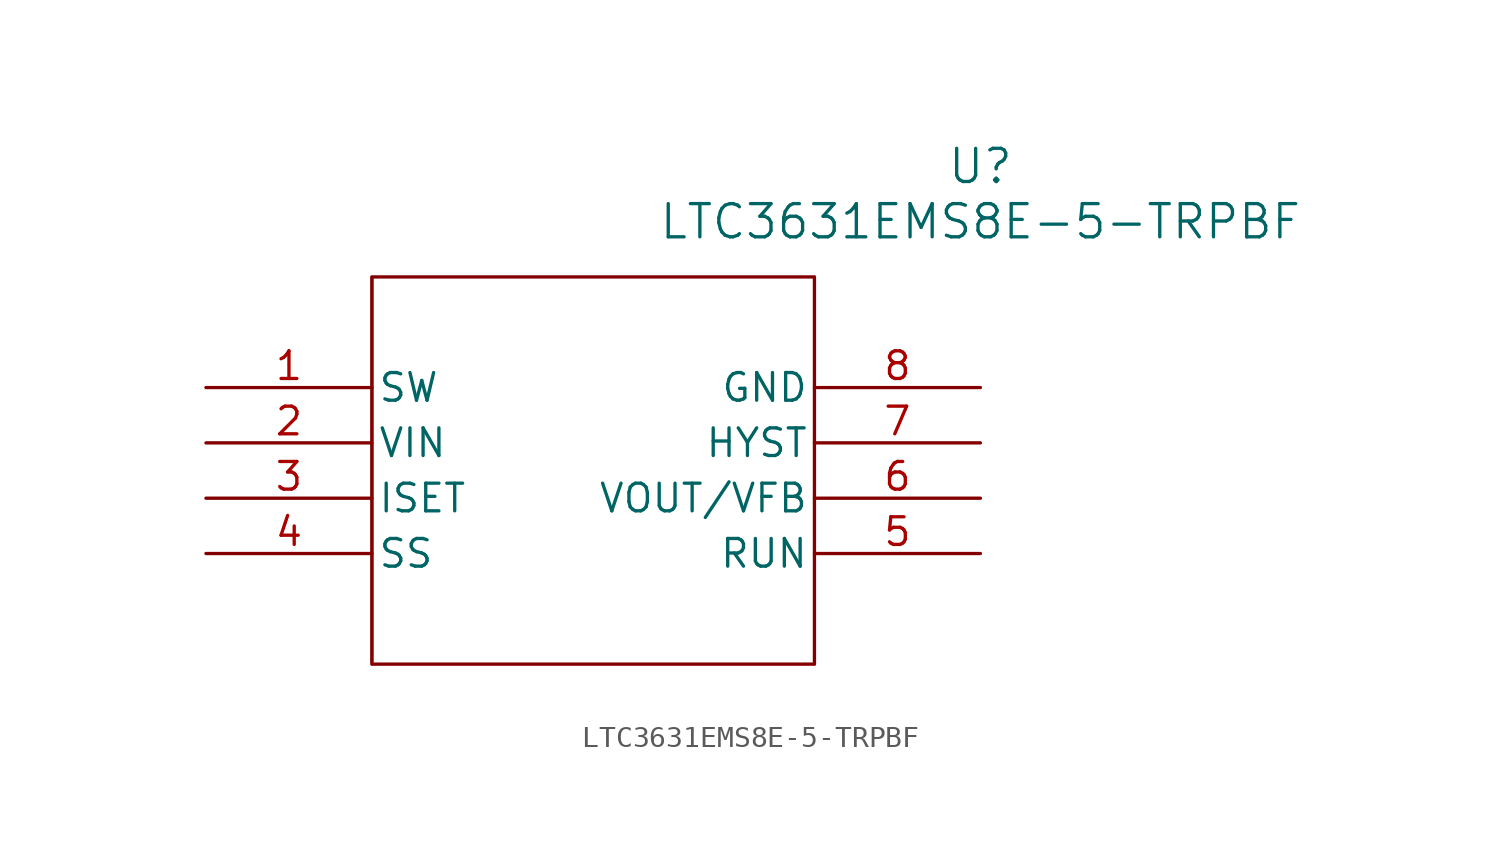
<source format=kicad_sym>
(kicad_symbol_lib
  (version 20231120)
  (generator "kicad_symbol_editor")
  (generator_version "8.0")
  (symbol "LTC3631EMS8E-5-TRPBF"
    (pin_names
      (offset 0.254))
    (property "Reference" "U"
      (at 35.56 10.16 0)
      (effects (font (size 1.524 1.524))))
    (property "Value" "LTC3631EMS8E-5-TRPBF"
      (at 35.56 7.62 0)
      (effects (font (size 1.524 1.524))))
    (property "ki_locked" ""
      (at 0 0 0)
      (effects (font (size 1.27 1.27))))
    (symbol "LTC3631EMS8E-5-TRPBF_0_1"
      (polyline (pts (xy 7.62 5.08) (xy 27.94 5.08) (xy 27.94 -12.7) (xy 7.62 -12.7) (xy 7.62 5.08)) (stroke (width 0) (type default)) (fill (type none))))
    (symbol "LTC3631EMS8E-5-TRPBF_1_1"
      (polyline (pts (xy 7.62 5.08) (xy 7.62 -12.7)) (stroke (width 0.127) (type default)) (fill (type none)))
      (polyline (pts (xy 27.94 -12.7) (xy 27.94 5.08)) (stroke (width 0.127) (type default)) (fill (type none)))
      (pin unspecified line (at 0 0 0) (length 7.62) (name "SW" (effects (font (size 1.27 1.27)))) (number "1" (effects (font (size 1.27 1.27)))))
      (pin input line (at 0 -2.54 0) (length 7.62) (name "VIN" (effects (font (size 1.27 1.27)))) (number "2" (effects (font (size 1.27 1.27)))))
      (pin input line (at 0 -5.08 0) (length 7.62) (name "ISET" (effects (font (size 1.27 1.27)))) (number "3" (effects (font (size 1.27 1.27)))))
      (pin input line (at 0 -7.62 0) (length 7.62) (name "SS" (effects (font (size 1.27 1.27)))) (number "4" (effects (font (size 1.27 1.27)))))
      (pin input line (at 35.56 -7.62 180) (length 7.62) (name "RUN" (effects (font (size 1.27 1.27)))) (number "5" (effects (font (size 1.27 1.27)))))
      (pin output line (at 35.56 -5.08 180) (length 7.62) (name "VOUT/VFB" (effects (font (size 1.27 1.27)))) (number "6" (effects (font (size 1.27 1.27)))))
      (pin output line (at 35.56 -2.54 180) (length 7.62) (name "HYST" (effects (font (size 1.27 1.27)))) (number "7" (effects (font (size 1.27 1.27)))))
      (pin power_in line (at 35.56 0 180) (length 7.62) (name "GND" (effects (font (size 1.27 1.27)))) (number "8" (effects (font (size 1.27 1.27))))))))
</source>
